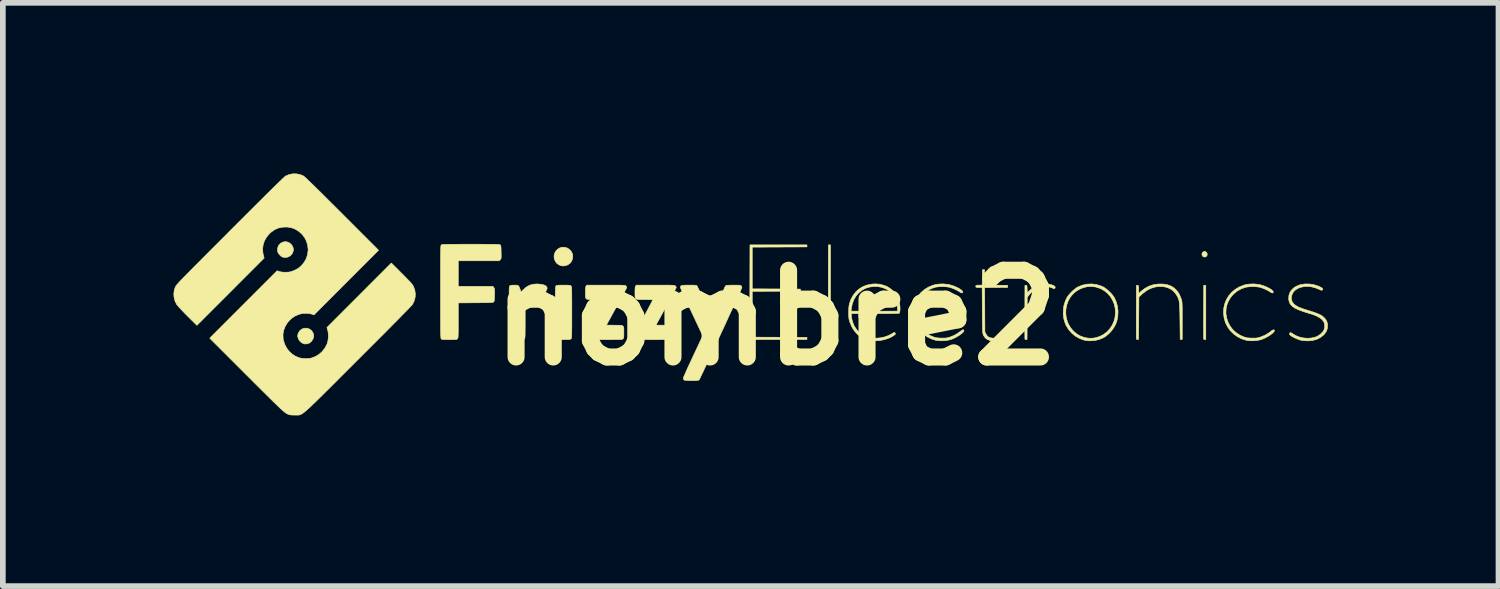
<source format=kicad_pcb>
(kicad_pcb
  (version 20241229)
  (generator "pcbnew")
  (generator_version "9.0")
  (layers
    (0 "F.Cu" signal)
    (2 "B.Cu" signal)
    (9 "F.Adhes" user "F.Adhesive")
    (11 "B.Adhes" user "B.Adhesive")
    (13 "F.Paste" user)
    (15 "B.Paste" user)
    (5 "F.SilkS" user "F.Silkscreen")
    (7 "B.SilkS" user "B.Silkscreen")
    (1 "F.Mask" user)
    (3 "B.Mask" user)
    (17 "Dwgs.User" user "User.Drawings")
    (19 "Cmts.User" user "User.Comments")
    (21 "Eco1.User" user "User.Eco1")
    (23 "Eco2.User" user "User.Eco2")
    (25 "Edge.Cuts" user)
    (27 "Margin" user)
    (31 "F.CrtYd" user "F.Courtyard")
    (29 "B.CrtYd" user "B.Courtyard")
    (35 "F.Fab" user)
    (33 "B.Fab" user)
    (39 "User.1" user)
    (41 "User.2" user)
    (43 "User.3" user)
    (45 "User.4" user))
  (footprint "nombre2"
    (layer "F.Cu")
    (at 10.593 2.535)
    (property "Reference" "nombre2" (at 0 0 0) (layer "F.SilkS") (effects (font (size 1.524 1.524) (thickness 0.3))))
    (attr through_hole)
    (fp_poly (pts (xy 7.547 -1.162) (xy 7.564 -1.146) (xy 7.575 -1.126) (xy 7.576 -1.115) (xy 7.571 -1.09) (xy 7.555 -1.074) (xy 7.535 -1.067) (xy 7.512 -1.071) (xy 7.497 -1.081) (xy 7.484 -1.103) (xy 7.484 -1.127) (xy 7.496 -1.149) (xy 7.501 -1.153) (xy 7.517 -1.164) (xy 7.529 -1.168) (xy 7.529 -1.168) (xy 7.547 -1.162)) (stroke (width 0.01) (type solid)) (fill yes) (layer "F.SilkS"))
    (fp_poly (pts (xy 7.551 0.381) (xy 7.535 0.383) (xy 7.52 0.381) (xy 7.515 0.376) (xy 7.514 0.367) (xy 7.514 0.345) (xy 7.513 0.311) (xy 7.513 0.266) (xy 7.513 0.212) (xy 7.512 0.149) (xy 7.512 0.08) (xy 7.513 0.004) (xy 7.513 -0.076) (xy 7.513 -0.102) (xy 7.515 -0.57) (xy 7.551 -0.57) (xy 7.551 0.381)) (stroke (width 0.01) (type solid)) (fill yes) (layer "F.SilkS"))
    (fp_poly (pts (xy 0.954 0.381) (xy 0.938 0.383) (xy 0.924 0.381) (xy 0.918 0.376) (xy 0.917 0.368) (xy 0.917 0.346) (xy 0.917 0.311) (xy 0.916 0.265) (xy 0.916 0.208) (xy 0.916 0.14) (xy 0.916 0.064) (xy 0.916 -0.02) (xy 0.916 -0.111) (xy 0.916 -0.208) (xy 0.916 -0.311) (xy 0.916 -0.418) (xy 0.916 -0.457) (xy 0.918 -1.281) (xy 0.954 -1.281) (xy 0.954 0.381)) (stroke (width 0.01) (type solid)) (fill yes) (layer "F.SilkS"))
    (fp_poly (pts (xy -8.603 -1.335) (xy -8.566 -1.322) (xy -8.531 -1.297) (xy -8.503 -1.261) (xy -8.488 -1.221) (xy -8.487 -1.181) (xy -8.5 -1.14) (xy -8.513 -1.118) (xy -8.543 -1.088) (xy -8.58 -1.068) (xy -8.621 -1.059) (xy -8.663 -1.063) (xy -8.683 -1.07) (xy -8.707 -1.085) (xy -8.731 -1.109) (xy -8.751 -1.136) (xy -8.763 -1.161) (xy -8.763 -1.165) (xy -8.766 -1.209) (xy -8.756 -1.249) (xy -8.737 -1.283) (xy -8.71 -1.309) (xy -8.678 -1.327) (xy -8.641 -1.336) (xy -8.603 -1.335)) (stroke (width 0.01) (type solid)) (fill yes) (layer "F.SilkS"))
    (fp_poly (pts (xy -8.23 0.188) (xy -8.194 0.204) (xy -8.163 0.231) (xy -8.14 0.268) (xy -8.139 0.27) (xy -8.129 0.306) (xy -8.131 0.342) (xy -8.145 0.38) (xy -8.147 0.383) (xy -8.171 0.418) (xy -8.204 0.444) (xy -8.242 0.458) (xy -8.282 0.461) (xy -8.312 0.454) (xy -8.348 0.434) (xy -8.378 0.405) (xy -8.399 0.369) (xy -8.41 0.331) (xy -8.411 0.319) (xy -8.408 0.296) (xy -8.4 0.27) (xy -8.397 0.265) (xy -8.373 0.228) (xy -8.342 0.202) (xy -8.306 0.187) (xy -8.268 0.182) (xy -8.23 0.188)) (stroke (width 0.01) (type solid)) (fill yes) (layer "F.SilkS"))
    (fp_poly (pts (xy -3.685 -1.23) (xy -3.666 -1.222) (xy -3.627 -1.195) (xy -3.599 -1.161) (xy -3.581 -1.122) (xy -3.575 -1.081) (xy -3.579 -1.039) (xy -3.594 -0.999) (xy -3.619 -0.963) (xy -3.656 -0.934) (xy -3.666 -0.929) (xy -3.702 -0.916) (xy -3.741 -0.91) (xy -3.778 -0.914) (xy -3.79 -0.917) (xy -3.827 -0.935) (xy -3.856 -0.957) (xy -3.87 -0.974) (xy -3.894 -1.016) (xy -3.904 -1.058) (xy -3.903 -1.1) (xy -3.892 -1.139) (xy -3.872 -1.174) (xy -3.844 -1.203) (xy -3.81 -1.225) (xy -3.772 -1.238) (xy -3.729 -1.24) (xy -3.685 -1.23)) (stroke (width 0.01) (type solid)) (fill yes) (layer "F.SilkS"))
    (fp_poly (pts (xy 0.541 -1.245) (xy 0.06 -1.243) (xy -0.421 -1.241) (xy -0.421 -0.508) (xy 0.002 -0.506) (xy 0.425 -0.504) (xy 0.425 -0.468) (xy 0.002 -0.466) (xy -0.421 -0.464) (xy -0.421 0.341) (xy 0.06 0.343) (xy 0.541 0.345) (xy 0.541 0.381) (xy 0.042 0.383) (xy -0.06 0.383) (xy -0.147 0.383) (xy -0.222 0.383) (xy -0.284 0.383) (xy -0.336 0.383) (xy -0.377 0.382) (xy -0.409 0.381) (xy -0.433 0.38) (xy -0.449 0.379) (xy -0.458 0.377) (xy -0.461 0.376) (xy -0.462 0.367) (xy -0.462 0.345) (xy -0.462 0.311) (xy -0.463 0.264) (xy -0.463 0.207) (xy -0.463 0.14) (xy -0.463 0.064) (xy -0.463 -0.02) (xy -0.463 -0.111) (xy -0.463 -0.208) (xy -0.463 -0.311) (xy -0.463 -0.417) (xy -0.463 -0.457) (xy -0.461 -1.281) (xy 0.541 -1.281) (xy 0.541 -1.245)) (stroke (width 0.01) (type solid)) (fill yes) (layer "F.SilkS"))
    (fp_poly (pts (xy 4.746 -0.593) (xy 4.794 -0.589) (xy 4.835 -0.581) (xy 4.867 -0.57) (xy 4.891 -0.557) (xy 4.903 -0.542) (xy 4.903 -0.527) (xy 4.897 -0.517) (xy 4.888 -0.512) (xy 4.878 -0.512) (xy 4.861 -0.519) (xy 4.856 -0.522) (xy 4.833 -0.531) (xy 4.803 -0.54) (xy 4.776 -0.546) (xy 4.711 -0.55) (xy 4.647 -0.54) (xy 4.586 -0.517) (xy 4.527 -0.482) (xy 4.474 -0.435) (xy 4.438 -0.392) (xy 4.412 -0.357) (xy 4.411 0.012) (xy 4.409 0.381) (xy 4.392 0.383) (xy 4.378 0.381) (xy 4.372 0.376) (xy 4.372 0.367) (xy 4.371 0.345) (xy 4.371 0.311) (xy 4.37 0.266) (xy 4.37 0.212) (xy 4.37 0.149) (xy 4.37 0.08) (xy 4.37 0.004) (xy 4.37 -0.076) (xy 4.371 -0.102) (xy 4.372 -0.57) (xy 4.391 -0.57) (xy 4.399 -0.569) (xy 4.405 -0.566) (xy 4.408 -0.556) (xy 4.409 -0.538) (xy 4.411 -0.509) (xy 4.411 -0.504) (xy 4.413 -0.438) (xy 4.458 -0.482) (xy 4.516 -0.53) (xy 4.578 -0.565) (xy 4.643 -0.586) (xy 4.714 -0.594) (xy 4.746 -0.593)) (stroke (width 0.01) (type solid)) (fill yes) (layer "F.SilkS"))
    (fp_poly (pts (xy 3.663 -0.71) (xy 3.665 -0.574) (xy 3.866 -0.572) (xy 4.068 -0.57) (xy 4.068 -0.533) (xy 3.664 -0.53) (xy 3.666 -0.139) (xy 3.668 0.251) (xy 3.687 0.287) (xy 3.707 0.318) (xy 3.732 0.339) (xy 3.764 0.352) (xy 3.805 0.358) (xy 3.835 0.359) (xy 3.897 0.355) (xy 3.956 0.343) (xy 4.017 0.322) (xy 4.052 0.307) (xy 4.08 0.294) (xy 4.098 0.287) (xy 4.109 0.286) (xy 4.115 0.29) (xy 4.115 0.291) (xy 4.12 0.305) (xy 4.114 0.32) (xy 4.097 0.335) (xy 4.067 0.35) (xy 4.024 0.367) (xy 3.991 0.378) (xy 3.948 0.391) (xy 3.91 0.399) (xy 3.868 0.403) (xy 3.85 0.403) (xy 3.816 0.404) (xy 3.786 0.403) (xy 3.763 0.401) (xy 3.756 0.4) (xy 3.711 0.382) (xy 3.674 0.353) (xy 3.647 0.315) (xy 3.638 0.294) (xy 3.635 0.285) (xy 3.633 0.273) (xy 3.631 0.257) (xy 3.629 0.237) (xy 3.628 0.211) (xy 3.627 0.178) (xy 3.626 0.136) (xy 3.625 0.084) (xy 3.624 0.022) (xy 3.624 -0.053) (xy 3.623 -0.136) (xy 3.62 -0.53) (xy 3.567 -0.53) (xy 3.535 -0.531) (xy 3.516 -0.536) (xy 3.507 -0.545) (xy 3.508 -0.558) (xy 3.51 -0.562) (xy 3.516 -0.568) (xy 3.53 -0.572) (xy 3.555 -0.573) (xy 3.568 -0.573) (xy 3.621 -0.573) (xy 3.623 -0.709) (xy 3.625 -0.845) (xy 3.661 -0.845) (xy 3.663 -0.71)) (stroke (width 0.01) (type solid)) (fill yes) (layer "F.SilkS"))
    (fp_poly (pts (xy 6.807 -0.592) (xy 6.88 -0.579) (xy 6.944 -0.555) (xy 7 -0.519) (xy 7.047 -0.471) (xy 7.086 -0.412) (xy 7.116 -0.34) (xy 7.12 -0.327) (xy 7.124 -0.313) (xy 7.128 -0.301) (xy 7.13 -0.288) (xy 7.133 -0.272) (xy 7.134 -0.253) (xy 7.135 -0.229) (xy 7.136 -0.199) (xy 7.137 -0.16) (xy 7.137 -0.112) (xy 7.137 -0.053) (xy 7.137 0.018) (xy 7.137 0.054) (xy 7.137 0.381) (xy 7.101 0.381) (xy 7.097 0.062) (xy 7.096 -0.02) (xy 7.095 -0.088) (xy 7.093 -0.145) (xy 7.092 -0.191) (xy 7.09 -0.23) (xy 7.087 -0.261) (xy 7.083 -0.287) (xy 7.078 -0.309) (xy 7.072 -0.329) (xy 7.065 -0.347) (xy 7.056 -0.367) (xy 7.046 -0.385) (xy 7.011 -0.439) (xy 6.966 -0.483) (xy 6.912 -0.516) (xy 6.848 -0.538) (xy 6.814 -0.545) (xy 6.736 -0.55) (xy 6.66 -0.54) (xy 6.585 -0.517) (xy 6.513 -0.48) (xy 6.445 -0.429) (xy 6.424 -0.41) (xy 6.375 -0.364) (xy 6.372 0.008) (xy 6.368 0.381) (xy 6.352 0.383) (xy 6.338 0.381) (xy 6.332 0.376) (xy 6.331 0.367) (xy 6.331 0.345) (xy 6.33 0.311) (xy 6.33 0.266) (xy 6.33 0.212) (xy 6.33 0.149) (xy 6.33 0.08) (xy 6.33 0.004) (xy 6.33 -0.076) (xy 6.33 -0.102) (xy 6.332 -0.57) (xy 6.35 -0.57) (xy 6.358 -0.569) (xy 6.364 -0.566) (xy 6.367 -0.557) (xy 6.369 -0.54) (xy 6.37 -0.512) (xy 6.37 -0.498) (xy 6.372 -0.427) (xy 6.413 -0.464) (xy 6.48 -0.516) (xy 6.553 -0.555) (xy 6.632 -0.581) (xy 6.717 -0.593) (xy 6.725 -0.593) (xy 6.807 -0.592)) (stroke (width 0.01) (type solid)) (fill yes) (layer "F.SilkS"))
    (fp_poly (pts (xy -3.694 -0.573) (xy -3.662 -0.573) (xy -3.64 -0.571) (xy -3.625 -0.569) (xy -3.616 -0.566) (xy -3.609 -0.561) (xy -3.607 -0.559) (xy -3.604 -0.555) (xy -3.601 -0.551) (xy -3.599 -0.545) (xy -3.597 -0.535) (xy -3.596 -0.522) (xy -3.595 -0.503) (xy -3.594 -0.477) (xy -3.593 -0.444) (xy -3.593 -0.402) (xy -3.593 -0.351) (xy -3.592 -0.288) (xy -3.592 -0.214) (xy -3.592 -0.127) (xy -3.592 -0.094) (xy -3.592 -0.002) (xy -3.592 0.076) (xy -3.592 0.142) (xy -3.593 0.197) (xy -3.593 0.242) (xy -3.594 0.278) (xy -3.595 0.306) (xy -3.596 0.327) (xy -3.597 0.343) (xy -3.599 0.353) (xy -3.601 0.361) (xy -3.603 0.366) (xy -3.606 0.369) (xy -3.607 0.37) (xy -3.613 0.376) (xy -3.622 0.379) (xy -3.635 0.382) (xy -3.654 0.384) (xy -3.682 0.384) (xy -3.722 0.385) (xy -3.74 0.385) (xy -3.785 0.384) (xy -3.817 0.384) (xy -3.84 0.383) (xy -3.854 0.38) (xy -3.864 0.377) (xy -3.87 0.372) (xy -3.871 0.371) (xy -3.873 0.368) (xy -3.875 0.362) (xy -3.877 0.352) (xy -3.878 0.338) (xy -3.88 0.319) (xy -3.881 0.293) (xy -3.881 0.26) (xy -3.882 0.217) (xy -3.882 0.165) (xy -3.882 0.102) (xy -3.883 0.027) (xy -3.883 -0.061) (xy -3.883 -0.096) (xy -3.883 -0.188) (xy -3.882 -0.267) (xy -3.882 -0.334) (xy -3.882 -0.389) (xy -3.882 -0.435) (xy -3.881 -0.471) (xy -3.88 -0.499) (xy -3.879 -0.521) (xy -3.878 -0.536) (xy -3.876 -0.547) (xy -3.874 -0.554) (xy -3.872 -0.558) (xy -3.869 -0.561) (xy -3.862 -0.566) (xy -3.851 -0.569) (xy -3.834 -0.571) (xy -3.808 -0.573) (xy -3.772 -0.573) (xy -3.739 -0.573) (xy -3.694 -0.573)) (stroke (width 0.01) (type solid)) (fill yes) (layer "F.SilkS"))
    (fp_poly (pts (xy 5.633 -0.583) (xy 5.714 -0.557) (xy 5.747 -0.543) (xy 5.78 -0.522) (xy 5.818 -0.493) (xy 5.856 -0.458) (xy 5.893 -0.421) (xy 5.923 -0.384) (xy 5.942 -0.356) (xy 5.976 -0.281) (xy 5.998 -0.202) (xy 6.008 -0.119) (xy 6.005 -0.036) (xy 5.991 0.045) (xy 5.971 0.105) (xy 5.939 0.166) (xy 5.898 0.225) (xy 5.849 0.278) (xy 5.796 0.323) (xy 5.745 0.354) (xy 5.671 0.384) (xy 5.592 0.401) (xy 5.513 0.406) (xy 5.435 0.398) (xy 5.408 0.392) (xy 5.332 0.364) (xy 5.261 0.324) (xy 5.198 0.273) (xy 5.143 0.212) (xy 5.099 0.142) (xy 5.082 0.105) (xy 5.058 0.028) (xy 5.046 -0.053) (xy 5.046 -0.071) (xy 5.09 -0.071) (xy 5.1 0.006) (xy 5.123 0.081) (xy 5.139 0.116) (xy 5.174 0.175) (xy 5.219 0.229) (xy 5.27 0.275) (xy 5.325 0.311) (xy 5.335 0.316) (xy 5.41 0.345) (xy 5.483 0.359) (xy 5.557 0.36) (xy 5.613 0.352) (xy 5.686 0.329) (xy 5.754 0.294) (xy 5.814 0.248) (xy 5.866 0.192) (xy 5.908 0.128) (xy 5.939 0.057) (xy 5.955 -0.007) (xy 5.963 -0.088) (xy 5.958 -0.166) (xy 5.941 -0.241) (xy 5.912 -0.31) (xy 5.873 -0.374) (xy 5.824 -0.429) (xy 5.766 -0.476) (xy 5.701 -0.513) (xy 5.628 -0.537) (xy 5.613 -0.541) (xy 5.539 -0.55) (xy 5.467 -0.546) (xy 5.395 -0.528) (xy 5.33 -0.501) (xy 5.266 -0.462) (xy 5.211 -0.412) (xy 5.165 -0.355) (xy 5.13 -0.29) (xy 5.106 -0.22) (xy 5.092 -0.146) (xy 5.09 -0.071) (xy 5.046 -0.071) (xy 5.046 -0.136) (xy 5.058 -0.218) (xy 5.083 -0.297) (xy 5.111 -0.356) (xy 5.134 -0.389) (xy 5.165 -0.426) (xy 5.202 -0.464) (xy 5.241 -0.498) (xy 5.278 -0.526) (xy 5.306 -0.543) (xy 5.386 -0.574) (xy 5.468 -0.591) (xy 5.55 -0.594) (xy 5.633 -0.583)) (stroke (width 0.01) (type solid)) (fill yes) (layer "F.SilkS"))
    (fp_poly (pts (xy 3.007 -0.588) (xy 3.047 -0.581) (xy 3.093 -0.567) (xy 3.138 -0.551) (xy 3.18 -0.532) (xy 3.218 -0.512) (xy 3.248 -0.492) (xy 3.27 -0.473) (xy 3.28 -0.456) (xy 3.28 -0.452) (xy 3.275 -0.439) (xy 3.262 -0.436) (xy 3.243 -0.443) (xy 3.227 -0.453) (xy 3.2 -0.47) (xy 3.165 -0.489) (xy 3.124 -0.508) (xy 3.083 -0.524) (xy 3.048 -0.535) (xy 3.007 -0.542) (xy 2.956 -0.547) (xy 2.902 -0.547) (xy 2.85 -0.544) (xy 2.804 -0.538) (xy 2.787 -0.534) (xy 2.711 -0.506) (xy 2.642 -0.467) (xy 2.582 -0.417) (xy 2.531 -0.358) (xy 2.491 -0.292) (xy 2.465 -0.225) (xy 2.449 -0.15) (xy 2.448 -0.074) (xy 2.459 0.002) (xy 2.482 0.074) (xy 2.517 0.141) (xy 2.562 0.202) (xy 2.617 0.255) (xy 2.681 0.298) (xy 2.689 0.303) (xy 2.739 0.327) (xy 2.782 0.343) (xy 2.824 0.353) (xy 2.87 0.357) (xy 2.917 0.358) (xy 2.957 0.358) (xy 2.988 0.356) (xy 3.014 0.351) (xy 3.04 0.344) (xy 3.059 0.338) (xy 3.128 0.31) (xy 3.188 0.275) (xy 3.233 0.243) (xy 3.26 0.222) (xy 3.28 0.212) (xy 3.292 0.213) (xy 3.3 0.223) (xy 3.298 0.236) (xy 3.284 0.254) (xy 3.262 0.276) (xy 3.232 0.299) (xy 3.196 0.322) (xy 3.158 0.344) (xy 3.118 0.364) (xy 3.078 0.38) (xy 3.073 0.382) (xy 3.024 0.394) (xy 2.967 0.402) (xy 2.907 0.405) (xy 2.849 0.403) (xy 2.804 0.396) (xy 2.726 0.371) (xy 2.652 0.334) (xy 2.585 0.286) (xy 2.527 0.229) (xy 2.479 0.163) (xy 2.442 0.091) (xy 2.436 0.075) (xy 2.414 -0.008) (xy 2.405 -0.089) (xy 2.409 -0.169) (xy 2.427 -0.246) (xy 2.455 -0.318) (xy 2.496 -0.385) (xy 2.547 -0.445) (xy 2.607 -0.496) (xy 2.677 -0.539) (xy 2.756 -0.571) (xy 2.79 -0.581) (xy 2.858 -0.592) (xy 2.933 -0.595) (xy 3.007 -0.588)) (stroke (width 0.01) (type solid)) (fill yes) (layer "F.SilkS"))
    (fp_poly (pts (xy 8.464 -0.588) (xy 8.504 -0.581) (xy 8.55 -0.567) (xy 8.595 -0.551) (xy 8.638 -0.532) (xy 8.675 -0.512) (xy 8.706 -0.492) (xy 8.727 -0.473) (xy 8.737 -0.456) (xy 8.738 -0.452) (xy 8.733 -0.439) (xy 8.72 -0.436) (xy 8.7 -0.443) (xy 8.684 -0.453) (xy 8.658 -0.47) (xy 8.622 -0.489) (xy 8.581 -0.508) (xy 8.54 -0.524) (xy 8.505 -0.535) (xy 8.464 -0.542) (xy 8.414 -0.547) (xy 8.36 -0.547) (xy 8.308 -0.544) (xy 8.262 -0.538) (xy 8.245 -0.534) (xy 8.169 -0.506) (xy 8.1 -0.467) (xy 8.039 -0.417) (xy 7.988 -0.358) (xy 7.948 -0.292) (xy 7.922 -0.225) (xy 7.907 -0.15) (xy 7.905 -0.074) (xy 7.917 0.002) (xy 7.94 0.074) (xy 7.974 0.141) (xy 8.019 0.202) (xy 8.074 0.255) (xy 8.138 0.298) (xy 8.147 0.303) (xy 8.196 0.327) (xy 8.239 0.343) (xy 8.281 0.353) (xy 8.328 0.357) (xy 8.375 0.358) (xy 8.415 0.358) (xy 8.445 0.356) (xy 8.471 0.351) (xy 8.498 0.344) (xy 8.516 0.338) (xy 8.585 0.31) (xy 8.646 0.275) (xy 8.69 0.243) (xy 8.717 0.222) (xy 8.737 0.212) (xy 8.75 0.213) (xy 8.757 0.223) (xy 8.755 0.236) (xy 8.742 0.254) (xy 8.719 0.276) (xy 8.689 0.299) (xy 8.654 0.322) (xy 8.615 0.344) (xy 8.575 0.364) (xy 8.536 0.38) (xy 8.531 0.382) (xy 8.482 0.394) (xy 8.424 0.402) (xy 8.364 0.405) (xy 8.307 0.403) (xy 8.262 0.396) (xy 8.183 0.371) (xy 8.109 0.334) (xy 8.043 0.286) (xy 7.984 0.229) (xy 7.936 0.163) (xy 7.9 0.091) (xy 7.893 0.075) (xy 7.871 -0.008) (xy 7.862 -0.089) (xy 7.867 -0.169) (xy 7.884 -0.246) (xy 7.913 -0.318) (xy 7.953 -0.385) (xy 8.004 -0.445) (xy 8.065 -0.496) (xy 8.135 -0.539) (xy 8.213 -0.571) (xy 8.247 -0.581) (xy 8.316 -0.592) (xy 8.39 -0.595) (xy 8.464 -0.588)) (stroke (width 0.01) (type solid)) (fill yes) (layer "F.SilkS"))
    (fp_poly (pts (xy -4.184 -0.593) (xy -4.127 -0.587) (xy -4.082 -0.576) (xy -4.05 -0.561) (xy -4.031 -0.541) (xy -4.026 -0.52) (xy -4.029 -0.506) (xy -4.039 -0.484) (xy -4.053 -0.455) (xy -4.07 -0.423) (xy -4.089 -0.391) (xy -4.107 -0.362) (xy -4.12 -0.342) (xy -4.133 -0.327) (xy -4.145 -0.321) (xy -4.163 -0.322) (xy -4.165 -0.322) (xy -4.218 -0.33) (xy -4.26 -0.332) (xy -4.291 -0.329) (xy -4.301 -0.326) (xy -4.339 -0.309) (xy -4.372 -0.286) (xy -4.396 -0.26) (xy -4.398 -0.258) (xy -4.401 -0.251) (xy -4.404 -0.244) (xy -4.407 -0.234) (xy -4.409 -0.221) (xy -4.41 -0.202) (xy -4.411 -0.177) (xy -4.412 -0.144) (xy -4.412 -0.101) (xy -4.412 -0.047) (xy -4.412 0.019) (xy -4.412 0.063) (xy -4.412 0.137) (xy -4.413 0.198) (xy -4.413 0.246) (xy -4.413 0.285) (xy -4.414 0.314) (xy -4.415 0.335) (xy -4.417 0.351) (xy -4.419 0.361) (xy -4.421 0.367) (xy -4.424 0.371) (xy -4.426 0.373) (xy -4.433 0.377) (xy -4.444 0.381) (xy -4.461 0.383) (xy -4.487 0.384) (xy -4.524 0.385) (xy -4.555 0.385) (xy -4.599 0.384) (xy -4.631 0.384) (xy -4.653 0.382) (xy -4.668 0.38) (xy -4.677 0.377) (xy -4.683 0.372) (xy -4.683 0.371) (xy -4.686 0.368) (xy -4.688 0.362) (xy -4.69 0.352) (xy -4.691 0.338) (xy -4.692 0.319) (xy -4.693 0.293) (xy -4.694 0.26) (xy -4.695 0.217) (xy -4.695 0.165) (xy -4.695 0.102) (xy -4.695 0.027) (xy -4.695 -0.061) (xy -4.695 -0.096) (xy -4.695 -0.188) (xy -4.695 -0.267) (xy -4.695 -0.334) (xy -4.695 -0.389) (xy -4.694 -0.435) (xy -4.694 -0.471) (xy -4.693 -0.499) (xy -4.692 -0.521) (xy -4.691 -0.536) (xy -4.689 -0.547) (xy -4.687 -0.554) (xy -4.685 -0.558) (xy -4.682 -0.561) (xy -4.672 -0.567) (xy -4.655 -0.571) (xy -4.629 -0.573) (xy -4.602 -0.573) (xy -4.57 -0.573) (xy -4.548 -0.571) (xy -4.533 -0.564) (xy -4.522 -0.55) (xy -4.512 -0.528) (xy -4.5 -0.496) (xy -4.484 -0.452) (xy -4.444 -0.493) (xy -4.394 -0.538) (xy -4.338 -0.57) (xy -4.277 -0.588) (xy -4.21 -0.594) (xy -4.184 -0.593)) (stroke (width 0.01) (type solid)) (fill yes) (layer "F.SilkS"))
    (fp_poly (pts (xy 1.823 -0.589) (xy 1.898 -0.569) (xy 1.966 -0.539) (xy 2.027 -0.497) (xy 2.079 -0.445) (xy 2.121 -0.384) (xy 2.153 -0.314) (xy 2.166 -0.265) (xy 2.172 -0.23) (xy 2.176 -0.193) (xy 2.177 -0.157) (xy 2.175 -0.124) (xy 2.171 -0.098) (xy 2.165 -0.082) (xy 2.163 -0.08) (xy 2.153 -0.078) (xy 2.13 -0.077) (xy 2.094 -0.076) (xy 2.047 -0.075) (xy 1.988 -0.074) (xy 1.92 -0.073) (xy 1.843 -0.073) (xy 1.758 -0.073) (xy 1.736 -0.073) (xy 1.321 -0.073) (xy 1.321 -0.041) (xy 1.324 -0.005) (xy 1.333 0.038) (xy 1.347 0.083) (xy 1.363 0.125) (xy 1.373 0.147) (xy 1.411 0.205) (xy 1.46 0.257) (xy 1.515 0.3) (xy 1.575 0.331) (xy 1.602 0.341) (xy 1.673 0.356) (xy 1.749 0.36) (xy 1.827 0.354) (xy 1.904 0.338) (xy 1.976 0.312) (xy 2.034 0.281) (xy 2.057 0.267) (xy 2.071 0.259) (xy 2.08 0.258) (xy 2.086 0.263) (xy 2.088 0.266) (xy 2.096 0.278) (xy 2.095 0.288) (xy 2.084 0.299) (xy 2.074 0.307) (xy 2.018 0.342) (xy 1.952 0.369) (xy 1.879 0.39) (xy 1.803 0.402) (xy 1.727 0.406) (xy 1.655 0.4) (xy 1.627 0.395) (xy 1.554 0.372) (xy 1.486 0.336) (xy 1.426 0.289) (xy 1.374 0.23) (xy 1.331 0.162) (xy 1.297 0.084) (xy 1.291 0.065) (xy 1.284 0.041) (xy 1.279 0.018) (xy 1.276 -0.008) (xy 1.274 -0.039) (xy 1.274 -0.08) (xy 1.274 -0.094) (xy 1.274 -0.116) (xy 1.316 -0.116) (xy 2.136 -0.116) (xy 2.131 -0.182) (xy 2.119 -0.26) (xy 2.096 -0.331) (xy 2.061 -0.393) (xy 2.015 -0.446) (xy 1.959 -0.489) (xy 1.925 -0.508) (xy 1.859 -0.534) (xy 1.788 -0.547) (xy 1.715 -0.549) (xy 1.643 -0.54) (xy 1.575 -0.52) (xy 1.514 -0.488) (xy 1.513 -0.487) (xy 1.452 -0.439) (xy 1.402 -0.381) (xy 1.363 -0.315) (xy 1.336 -0.24) (xy 1.322 -0.165) (xy 1.316 -0.116) (xy 1.274 -0.116) (xy 1.275 -0.146) (xy 1.277 -0.186) (xy 1.281 -0.218) (xy 1.287 -0.245) (xy 1.287 -0.247) (xy 1.316 -0.328) (xy 1.356 -0.399) (xy 1.406 -0.461) (xy 1.464 -0.511) (xy 1.531 -0.55) (xy 1.606 -0.577) (xy 1.688 -0.592) (xy 1.742 -0.595) (xy 1.823 -0.589)) (stroke (width 0.01) (type solid)) (fill yes) (layer "F.SilkS"))
    (fp_poly (pts (xy 9.374 -0.593) (xy 9.452 -0.581) (xy 9.526 -0.557) (xy 9.549 -0.548) (xy 9.581 -0.531) (xy 9.6 -0.517) (xy 9.607 -0.504) (xy 9.602 -0.492) (xy 9.599 -0.489) (xy 9.593 -0.484) (xy 9.584 -0.483) (xy 9.569 -0.488) (xy 9.546 -0.498) (xy 9.535 -0.503) (xy 9.47 -0.528) (xy 9.406 -0.544) (xy 9.343 -0.55) (xy 9.282 -0.548) (xy 9.226 -0.537) (xy 9.176 -0.519) (xy 9.132 -0.493) (xy 9.097 -0.461) (xy 9.072 -0.422) (xy 9.058 -0.377) (xy 9.055 -0.348) (xy 9.06 -0.308) (xy 9.074 -0.273) (xy 9.099 -0.242) (xy 9.134 -0.214) (xy 9.182 -0.187) (xy 9.243 -0.163) (xy 9.297 -0.145) (xy 9.368 -0.123) (xy 9.428 -0.104) (xy 9.477 -0.087) (xy 9.516 -0.072) (xy 9.549 -0.058) (xy 9.575 -0.045) (xy 9.597 -0.031) (xy 9.616 -0.015) (xy 9.627 -0.006) (xy 9.661 0.032) (xy 9.682 0.074) (xy 9.691 0.122) (xy 9.691 0.142) (xy 9.686 0.193) (xy 9.671 0.237) (xy 9.643 0.278) (xy 9.617 0.307) (xy 9.562 0.349) (xy 9.499 0.38) (xy 9.428 0.399) (xy 9.349 0.406) (xy 9.336 0.406) (xy 9.299 0.404) (xy 9.261 0.401) (xy 9.229 0.396) (xy 9.224 0.395) (xy 9.191 0.386) (xy 9.152 0.37) (xy 9.111 0.352) (xy 9.074 0.333) (xy 9.045 0.314) (xy 9.04 0.31) (xy 9.026 0.296) (xy 9.023 0.283) (xy 9.024 0.277) (xy 9.032 0.264) (xy 9.047 0.263) (xy 9.068 0.274) (xy 9.074 0.279) (xy 9.132 0.314) (xy 9.197 0.339) (xy 9.267 0.355) (xy 9.339 0.361) (xy 9.409 0.356) (xy 9.476 0.341) (xy 9.513 0.325) (xy 9.55 0.302) (xy 9.585 0.272) (xy 9.614 0.24) (xy 9.625 0.222) (xy 9.639 0.182) (xy 9.642 0.138) (xy 9.634 0.094) (xy 9.621 0.064) (xy 9.593 0.03) (xy 9.551 -0.002) (xy 9.496 -0.032) (xy 9.427 -0.059) (xy 9.383 -0.072) (xy 9.298 -0.098) (xy 9.226 -0.123) (xy 9.166 -0.146) (xy 9.118 -0.17) (xy 9.08 -0.195) (xy 9.051 -0.222) (xy 9.03 -0.251) (xy 9.017 -0.282) (xy 9.009 -0.318) (xy 9.008 -0.333) (xy 9.011 -0.388) (xy 9.027 -0.438) (xy 9.056 -0.484) (xy 9.096 -0.524) (xy 9.146 -0.555) (xy 9.205 -0.579) (xy 9.226 -0.584) (xy 9.298 -0.594) (xy 9.374 -0.593)) (stroke (width 0.01) (type solid)) (fill yes) (layer "F.SilkS"))
    (fp_poly (pts (xy -2.914 -0.573) (xy -2.849 -0.573) (xy -2.795 -0.573) (xy -2.753 -0.573) (xy -2.719 -0.572) (xy -2.694 -0.571) (xy -2.675 -0.57) (xy -2.662 -0.568) (xy -2.653 -0.566) (xy -2.647 -0.564) (xy -2.643 -0.56) (xy -2.642 -0.559) (xy -2.631 -0.544) (xy -2.627 -0.533) (xy -2.63 -0.525) (xy -2.64 -0.505) (xy -2.656 -0.475) (xy -2.676 -0.436) (xy -2.701 -0.389) (xy -2.73 -0.336) (xy -2.761 -0.278) (xy -2.795 -0.215) (xy -2.805 -0.198) (xy -2.839 -0.135) (xy -2.872 -0.076) (xy -2.901 -0.022) (xy -2.927 0.025) (xy -2.949 0.065) (xy -2.966 0.096) (xy -2.977 0.118) (xy -2.982 0.128) (xy -2.983 0.128) (xy -2.976 0.129) (xy -2.957 0.13) (xy -2.927 0.13) (xy -2.89 0.13) (xy -2.848 0.131) (xy -2.845 0.131) (xy -2.791 0.131) (xy -2.751 0.131) (xy -2.721 0.134) (xy -2.701 0.14) (xy -2.688 0.151) (xy -2.681 0.167) (xy -2.678 0.191) (xy -2.678 0.224) (xy -2.678 0.258) (xy -2.678 0.298) (xy -2.679 0.326) (xy -2.681 0.345) (xy -2.684 0.357) (xy -2.688 0.366) (xy -2.692 0.37) (xy -2.696 0.374) (xy -2.701 0.376) (xy -2.709 0.379) (xy -2.72 0.381) (xy -2.736 0.382) (xy -2.759 0.383) (xy -2.789 0.384) (xy -2.829 0.384) (xy -2.879 0.384) (xy -2.94 0.385) (xy -3.014 0.385) (xy -3.029 0.385) (xy -3.106 0.385) (xy -3.169 0.384) (xy -3.221 0.384) (xy -3.262 0.384) (xy -3.294 0.383) (xy -3.318 0.382) (xy -3.335 0.381) (xy -3.347 0.379) (xy -3.355 0.377) (xy -3.36 0.374) (xy -3.363 0.371) (xy -3.368 0.364) (xy -3.372 0.356) (xy -3.374 0.346) (xy -3.373 0.333) (xy -3.368 0.316) (xy -3.359 0.294) (xy -3.347 0.266) (xy -3.329 0.23) (xy -3.307 0.186) (xy -3.278 0.133) (xy -3.244 0.069) (xy -3.208 0.002) (xy -3.174 -0.06) (xy -3.143 -0.118) (xy -3.115 -0.17) (xy -3.091 -0.217) (xy -3.07 -0.255) (xy -3.055 -0.285) (xy -3.045 -0.305) (xy -3.041 -0.313) (xy -3.041 -0.313) (xy -3.048 -0.315) (xy -3.067 -0.317) (xy -3.096 -0.318) (xy -3.134 -0.319) (xy -3.177 -0.319) (xy -3.185 -0.319) (xy -3.239 -0.319) (xy -3.28 -0.32) (xy -3.309 -0.322) (xy -3.33 -0.328) (xy -3.343 -0.338) (xy -3.35 -0.354) (xy -3.352 -0.378) (xy -3.353 -0.41) (xy -3.353 -0.446) (xy -3.352 -0.488) (xy -3.351 -0.518) (xy -3.348 -0.539) (xy -3.344 -0.552) (xy -3.342 -0.557) (xy -3.33 -0.573) (xy -2.993 -0.573) (xy -2.914 -0.573)) (stroke (width 0.01) (type solid)) (fill yes) (layer "F.SilkS"))
    (fp_poly (pts (xy -2.044 -0.573) (xy -1.978 -0.573) (xy -1.925 -0.573) (xy -1.882 -0.573) (xy -1.848 -0.572) (xy -1.823 -0.571) (xy -1.804 -0.57) (xy -1.791 -0.568) (xy -1.782 -0.566) (xy -1.777 -0.564) (xy -1.772 -0.56) (xy -1.771 -0.559) (xy -1.76 -0.544) (xy -1.756 -0.533) (xy -1.76 -0.525) (xy -1.769 -0.505) (xy -1.785 -0.475) (xy -1.805 -0.436) (xy -1.83 -0.389) (xy -1.859 -0.336) (xy -1.891 -0.278) (xy -1.925 -0.215) (xy -1.934 -0.198) (xy -1.969 -0.135) (xy -2.001 -0.076) (xy -2.03 -0.022) (xy -2.056 0.025) (xy -2.078 0.065) (xy -2.095 0.096) (xy -2.106 0.118) (xy -2.112 0.128) (xy -2.112 0.128) (xy -2.105 0.129) (xy -2.086 0.13) (xy -2.057 0.13) (xy -2.019 0.13) (xy -1.977 0.131) (xy -1.974 0.131) (xy -1.921 0.131) (xy -1.88 0.131) (xy -1.85 0.134) (xy -1.83 0.14) (xy -1.817 0.151) (xy -1.81 0.167) (xy -1.807 0.191) (xy -1.807 0.224) (xy -1.807 0.258) (xy -1.807 0.298) (xy -1.808 0.326) (xy -1.81 0.345) (xy -1.813 0.357) (xy -1.817 0.366) (xy -1.822 0.37) (xy -1.825 0.374) (xy -1.83 0.376) (xy -1.838 0.379) (xy -1.849 0.381) (xy -1.865 0.382) (xy -1.888 0.383) (xy -1.919 0.384) (xy -1.958 0.384) (xy -2.008 0.384) (xy -2.069 0.385) (xy -2.144 0.385) (xy -2.158 0.385) (xy -2.235 0.385) (xy -2.299 0.384) (xy -2.35 0.384) (xy -2.392 0.384) (xy -2.423 0.383) (xy -2.447 0.382) (xy -2.465 0.381) (xy -2.476 0.379) (xy -2.484 0.377) (xy -2.489 0.374) (xy -2.492 0.371) (xy -2.498 0.364) (xy -2.502 0.356) (xy -2.503 0.346) (xy -2.502 0.333) (xy -2.497 0.316) (xy -2.489 0.294) (xy -2.476 0.266) (xy -2.458 0.23) (xy -2.436 0.186) (xy -2.407 0.133) (xy -2.373 0.069) (xy -2.337 0.002) (xy -2.304 -0.06) (xy -2.272 -0.118) (xy -2.244 -0.17) (xy -2.22 -0.217) (xy -2.199 -0.255) (xy -2.184 -0.285) (xy -2.174 -0.305) (xy -2.17 -0.313) (xy -2.17 -0.313) (xy -2.177 -0.315) (xy -2.196 -0.317) (xy -2.225 -0.318) (xy -2.263 -0.319) (xy -2.306 -0.319) (xy -2.315 -0.319) (xy -2.368 -0.319) (xy -2.409 -0.32) (xy -2.439 -0.322) (xy -2.459 -0.328) (xy -2.472 -0.338) (xy -2.479 -0.354) (xy -2.482 -0.378) (xy -2.482 -0.41) (xy -2.482 -0.446) (xy -2.482 -0.488) (xy -2.48 -0.518) (xy -2.478 -0.539) (xy -2.474 -0.552) (xy -2.471 -0.557) (xy -2.459 -0.573) (xy -2.122 -0.573) (xy -2.044 -0.573)) (stroke (width 0.01) (type solid)) (fill yes) (layer "F.SilkS"))
    (fp_poly (pts (xy -0.705 -0.573) (xy -0.672 -0.573) (xy -0.649 -0.572) (xy -0.633 -0.57) (xy -0.623 -0.566) (xy -0.616 -0.562) (xy -0.613 -0.559) (xy -0.604 -0.541) (xy -0.604 -0.528) (xy -0.608 -0.519) (xy -0.617 -0.497) (xy -0.631 -0.464) (xy -0.651 -0.421) (xy -0.674 -0.369) (xy -0.702 -0.309) (xy -0.733 -0.241) (xy -0.766 -0.168) (xy -0.803 -0.089) (xy -0.841 -0.006) (xy -0.88 0.08) (xy -0.921 0.169) (xy -0.963 0.258) (xy -1.004 0.348) (xy -1.046 0.437) (xy -1.086 0.524) (xy -1.126 0.609) (xy -1.163 0.69) (xy -1.199 0.766) (xy -1.232 0.836) (xy -1.262 0.9) (xy -1.288 0.956) (xy -1.311 1.003) (xy -1.329 1.041) (xy -1.342 1.068) (xy -1.35 1.084) (xy -1.352 1.087) (xy -1.358 1.093) (xy -1.365 1.097) (xy -1.376 1.1) (xy -1.393 1.102) (xy -1.417 1.103) (xy -1.452 1.103) (xy -1.488 1.103) (xy -1.535 1.103) (xy -1.569 1.102) (xy -1.592 1.101) (xy -1.608 1.098) (xy -1.617 1.095) (xy -1.621 1.092) (xy -1.63 1.076) (xy -1.633 1.062) (xy -1.63 1.052) (xy -1.621 1.03) (xy -1.607 0.998) (xy -1.589 0.956) (xy -1.567 0.906) (xy -1.541 0.85) (xy -1.512 0.788) (xy -1.481 0.721) (xy -1.462 0.68) (xy -1.291 0.317) (xy -1.487 -0.1) (xy -1.522 -0.173) (xy -1.554 -0.243) (xy -1.584 -0.307) (xy -1.611 -0.366) (xy -1.635 -0.418) (xy -1.654 -0.462) (xy -1.669 -0.496) (xy -1.679 -0.52) (xy -1.683 -0.532) (xy -1.684 -0.533) (xy -1.682 -0.547) (xy -1.677 -0.557) (xy -1.667 -0.564) (xy -1.649 -0.569) (xy -1.622 -0.572) (xy -1.585 -0.573) (xy -1.535 -0.573) (xy -1.53 -0.573) (xy -1.483 -0.573) (xy -1.449 -0.573) (xy -1.425 -0.571) (xy -1.409 -0.569) (xy -1.399 -0.566) (xy -1.393 -0.562) (xy -1.392 -0.561) (xy -1.387 -0.551) (xy -1.376 -0.53) (xy -1.361 -0.499) (xy -1.342 -0.459) (xy -1.321 -0.411) (xy -1.297 -0.358) (xy -1.271 -0.301) (xy -1.262 -0.281) (xy -1.236 -0.223) (xy -1.212 -0.169) (xy -1.19 -0.122) (xy -1.172 -0.081) (xy -1.157 -0.049) (xy -1.146 -0.026) (xy -1.14 -0.015) (xy -1.14 -0.015) (xy -1.136 -0.021) (xy -1.127 -0.039) (xy -1.114 -0.068) (xy -1.097 -0.106) (xy -1.076 -0.152) (xy -1.053 -0.204) (xy -1.028 -0.261) (xy -1.017 -0.285) (xy -0.991 -0.344) (xy -0.966 -0.399) (xy -0.944 -0.448) (xy -0.924 -0.491) (xy -0.908 -0.525) (xy -0.896 -0.55) (xy -0.888 -0.563) (xy -0.887 -0.564) (xy -0.877 -0.568) (xy -0.856 -0.571) (xy -0.824 -0.572) (xy -0.78 -0.573) (xy -0.751 -0.573) (xy -0.705 -0.573)) (stroke (width 0.01) (type solid)) (fill yes) (layer "F.SilkS"))
    (fp_poly (pts (xy -5.269 -1.292) (xy -5.183 -1.292) (xy -5.109 -1.291) (xy -5.047 -1.291) (xy -4.995 -1.29) (xy -4.953 -1.29) (xy -4.92 -1.289) (xy -4.895 -1.288) (xy -4.876 -1.287) (xy -4.863 -1.285) (xy -4.855 -1.283) (xy -4.851 -1.281) (xy -4.846 -1.276) (xy -4.842 -1.269) (xy -4.839 -1.256) (xy -4.837 -1.236) (xy -4.836 -1.206) (xy -4.835 -1.165) (xy -4.835 -1.155) (xy -4.834 -1.111) (xy -4.834 -1.08) (xy -4.834 -1.058) (xy -4.836 -1.043) (xy -4.839 -1.034) (xy -4.844 -1.026) (xy -4.851 -1.02) (xy -4.869 -1.001) (xy -5.588 -1.001) (xy -5.588 -0.552) (xy -4.979 -0.552) (xy -4.964 -0.532) (xy -4.958 -0.523) (xy -4.954 -0.514) (xy -4.951 -0.501) (xy -4.95 -0.482) (xy -4.95 -0.454) (xy -4.95 -0.416) (xy -4.951 -0.401) (xy -4.952 -0.358) (xy -4.953 -0.326) (xy -4.955 -0.305) (xy -4.958 -0.291) (xy -4.963 -0.282) (xy -4.966 -0.278) (xy -4.97 -0.275) (xy -4.976 -0.272) (xy -4.986 -0.27) (xy -5 -0.268) (xy -5.02 -0.267) (xy -5.048 -0.266) (xy -5.085 -0.265) (xy -5.131 -0.264) (xy -5.189 -0.264) (xy -5.26 -0.263) (xy -5.283 -0.263) (xy -5.588 -0.261) (xy -5.588 0.047) (xy -5.588 0.122) (xy -5.588 0.184) (xy -5.588 0.234) (xy -5.589 0.274) (xy -5.59 0.304) (xy -5.591 0.327) (xy -5.592 0.343) (xy -5.594 0.354) (xy -5.596 0.361) (xy -5.599 0.366) (xy -5.603 0.37) (xy -5.609 0.375) (xy -5.617 0.379) (xy -5.629 0.382) (xy -5.647 0.383) (xy -5.674 0.384) (xy -5.712 0.385) (xy -5.747 0.385) (xy -5.793 0.384) (xy -5.828 0.384) (xy -5.852 0.383) (xy -5.868 0.381) (xy -5.879 0.378) (xy -5.886 0.374) (xy -5.888 0.371) (xy -5.89 0.368) (xy -5.892 0.364) (xy -5.893 0.356) (xy -5.894 0.345) (xy -5.895 0.329) (xy -5.896 0.308) (xy -5.897 0.281) (xy -5.898 0.248) (xy -5.899 0.207) (xy -5.899 0.157) (xy -5.899 0.099) (xy -5.9 0.03) (xy -5.9 -0.049) (xy -5.9 -0.14) (xy -5.9 -0.243) (xy -5.9 -0.359) (xy -5.9 -0.455) (xy -5.9 -0.581) (xy -5.9 -0.693) (xy -5.9 -0.793) (xy -5.9 -0.88) (xy -5.9 -0.956) (xy -5.899 -1.022) (xy -5.899 -1.078) (xy -5.899 -1.124) (xy -5.898 -1.163) (xy -5.897 -1.195) (xy -5.897 -1.22) (xy -5.896 -1.239) (xy -5.894 -1.254) (xy -5.893 -1.264) (xy -5.892 -1.271) (xy -5.89 -1.276) (xy -5.888 -1.279) (xy -5.887 -1.28) (xy -5.883 -1.282) (xy -5.877 -1.284) (xy -5.868 -1.286) (xy -5.855 -1.287) (xy -5.837 -1.288) (xy -5.812 -1.289) (xy -5.78 -1.29) (xy -5.739 -1.291) (xy -5.689 -1.291) (xy -5.629 -1.291) (xy -5.557 -1.292) (xy -5.473 -1.292) (xy -5.376 -1.292) (xy -5.369 -1.292) (xy -5.269 -1.292)) (stroke (width 0.01) (type solid)) (fill yes) (layer "F.SilkS"))
    (fp_poly (pts (xy -8.428 -2.529) (xy -8.363 -2.515) (xy -8.31 -2.492) (xy -8.299 -2.484) (xy -8.279 -2.467) (xy -8.249 -2.439) (xy -8.211 -2.402) (xy -8.162 -2.355) (xy -8.104 -2.299) (xy -8.036 -2.232) (xy -7.958 -2.155) (xy -7.871 -2.068) (xy -7.773 -1.971) (xy -7.666 -1.864) (xy -7.632 -1.83) (xy -6.989 -1.187) (xy -8.125 -0.05) (xy -8.157 -0.062) (xy -8.181 -0.068) (xy -8.212 -0.074) (xy -8.245 -0.078) (xy -8.248 -0.078) (xy -8.319 -0.076) (xy -8.386 -0.061) (xy -8.449 -0.034) (xy -8.507 0.002) (xy -8.558 0.048) (xy -8.6 0.101) (xy -8.634 0.159) (xy -8.657 0.223) (xy -8.669 0.29) (xy -8.667 0.36) (xy -8.662 0.392) (xy -8.64 0.464) (xy -8.606 0.53) (xy -8.562 0.589) (xy -8.509 0.638) (xy -8.449 0.677) (xy -8.382 0.704) (xy -8.371 0.707) (xy -8.325 0.715) (xy -8.273 0.718) (xy -8.22 0.716) (xy -8.173 0.709) (xy -8.168 0.707) (xy -8.1 0.682) (xy -8.037 0.645) (xy -7.982 0.596) (xy -7.936 0.539) (xy -7.9 0.473) (xy -7.89 0.447) (xy -7.877 0.395) (xy -7.871 0.337) (xy -7.872 0.279) (xy -7.881 0.226) (xy -7.884 0.215) (xy -7.897 0.172) (xy -6.764 -0.962) (xy -6.582 -0.78) (xy -6.533 -0.731) (xy -6.493 -0.69) (xy -6.461 -0.657) (xy -6.436 -0.631) (xy -6.416 -0.609) (xy -6.402 -0.591) (xy -6.39 -0.575) (xy -6.381 -0.56) (xy -6.374 -0.547) (xy -6.352 -0.486) (xy -6.343 -0.422) (xy -6.346 -0.358) (xy -6.363 -0.295) (xy -6.391 -0.237) (xy -6.394 -0.234) (xy -6.402 -0.223) (xy -6.421 -0.203) (xy -6.45 -0.172) (xy -6.488 -0.133) (xy -6.536 -0.084) (xy -6.593 -0.026) (xy -6.658 0.041) (xy -6.733 0.116) (xy -6.815 0.199) (xy -6.906 0.291) (xy -7.005 0.39) (xy -7.111 0.496) (xy -7.225 0.61) (xy -7.346 0.731) (xy -7.349 0.734) (xy -7.466 0.851) (xy -7.574 0.959) (xy -7.673 1.057) (xy -7.762 1.147) (xy -7.843 1.228) (xy -7.917 1.3) (xy -7.982 1.366) (xy -8.041 1.423) (xy -8.093 1.475) (xy -8.14 1.519) (xy -8.18 1.558) (xy -8.216 1.591) (xy -8.247 1.619) (xy -8.274 1.643) (xy -8.298 1.662) (xy -8.318 1.677) (xy -8.336 1.689) (xy -8.351 1.697) (xy -8.365 1.704) (xy -8.378 1.708) (xy -8.389 1.71) (xy -8.401 1.711) (xy -8.413 1.711) (xy -8.425 1.711) (xy -8.439 1.711) (xy -8.454 1.711) (xy -8.454 1.711) (xy -8.501 1.71) (xy -8.537 1.708) (xy -8.56 1.703) (xy -8.571 1.699) (xy -8.582 1.695) (xy -8.593 1.69) (xy -8.605 1.684) (xy -8.618 1.675) (xy -8.632 1.665) (xy -8.65 1.651) (xy -8.67 1.634) (xy -8.694 1.612) (xy -8.722 1.587) (xy -8.755 1.555) (xy -8.793 1.519) (xy -8.837 1.476) (xy -8.888 1.426) (xy -8.945 1.369) (xy -9.011 1.304) (xy -9.084 1.231) (xy -9.167 1.149) (xy -9.258 1.057) (xy -9.306 1.01) (xy -9.957 0.359) (xy -8.772 -0.826) (xy -8.742 -0.815) (xy -8.707 -0.806) (xy -8.664 -0.801) (xy -8.617 -0.8) (xy -8.572 -0.802) (xy -8.535 -0.808) (xy -8.464 -0.834) (xy -8.399 -0.87) (xy -8.344 -0.917) (xy -8.298 -0.973) (xy -8.262 -1.035) (xy -8.239 -1.104) (xy -8.228 -1.177) (xy -8.227 -1.197) (xy -8.235 -1.272) (xy -8.255 -1.342) (xy -8.288 -1.408) (xy -8.334 -1.467) (xy -8.389 -1.517) (xy -8.451 -1.556) (xy -8.517 -1.581) (xy -8.588 -1.594) (xy -8.603 -1.595) (xy -8.68 -1.592) (xy -8.751 -1.577) (xy -8.817 -1.548) (xy -8.878 -1.505) (xy -8.908 -1.477) (xy -8.957 -1.418) (xy -8.994 -1.354) (xy -9.017 -1.285) (xy -9.027 -1.214) (xy -9.022 -1.141) (xy -9.014 -1.099) (xy -9 -1.049) (xy -9.591 -0.457) (xy -10.182 0.134) (xy -10.346 -0.029) (xy -10.388 -0.071) (xy -10.427 -0.112) (xy -10.463 -0.149) (xy -10.494 -0.183) (xy -10.518 -0.21) (xy -10.534 -0.229) (xy -10.537 -0.234) (xy -10.566 -0.29) (xy -10.583 -0.352) (xy -10.588 -0.417) (xy -10.581 -0.481) (xy -10.563 -0.537) (xy -10.56 -0.543) (xy -10.556 -0.55) (xy -10.552 -0.557) (xy -10.545 -0.566) (xy -10.537 -0.577) (xy -10.526 -0.59) (xy -10.512 -0.605) (xy -10.495 -0.624) (xy -10.474 -0.647) (xy -10.448 -0.674) (xy -10.418 -0.705) (xy -10.382 -0.741) (xy -10.341 -0.783) (xy -10.294 -0.831) (xy -10.241 -0.885) (xy -10.18 -0.946) (xy -10.112 -1.014) (xy -10.036 -1.091) (xy -9.952 -1.175) (xy -9.859 -1.268) (xy -9.757 -1.37) (xy -9.645 -1.482) (xy -9.599 -1.529) (xy -9.467 -1.661) (xy -9.345 -1.783) (xy -9.233 -1.894) (xy -9.131 -1.996) (xy -9.039 -2.087) (xy -8.956 -2.17) (xy -8.883 -2.242) (xy -8.819 -2.305) (xy -8.764 -2.359) (xy -8.718 -2.403) (xy -8.681 -2.438) (xy -8.653 -2.465) (xy -8.634 -2.482) (xy -8.623 -2.491) (xy -8.621 -2.492) (xy -8.56 -2.518) (xy -8.494 -2.53) (xy -8.428 -2.529)) (stroke (width 0.01) (type solid)) (fill yes) (layer "F.SilkS")))
  (gr_rect
    (start -3 -3)
    (end 23.289 7.252)
    (stroke (width 0.1) (type default))
    (fill no)
    (layer "Edge.Cuts")))
</source>
